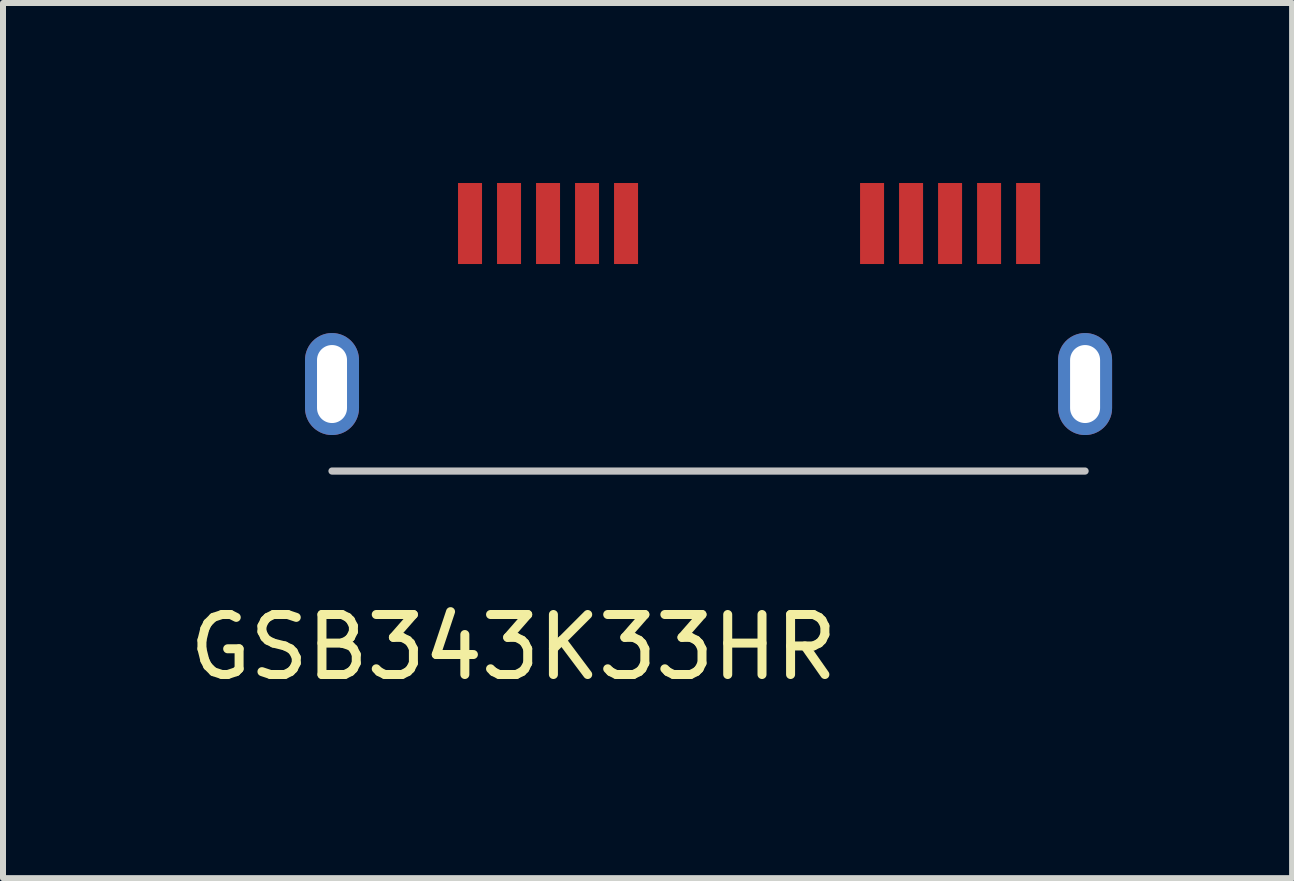
<source format=kicad_pcb>
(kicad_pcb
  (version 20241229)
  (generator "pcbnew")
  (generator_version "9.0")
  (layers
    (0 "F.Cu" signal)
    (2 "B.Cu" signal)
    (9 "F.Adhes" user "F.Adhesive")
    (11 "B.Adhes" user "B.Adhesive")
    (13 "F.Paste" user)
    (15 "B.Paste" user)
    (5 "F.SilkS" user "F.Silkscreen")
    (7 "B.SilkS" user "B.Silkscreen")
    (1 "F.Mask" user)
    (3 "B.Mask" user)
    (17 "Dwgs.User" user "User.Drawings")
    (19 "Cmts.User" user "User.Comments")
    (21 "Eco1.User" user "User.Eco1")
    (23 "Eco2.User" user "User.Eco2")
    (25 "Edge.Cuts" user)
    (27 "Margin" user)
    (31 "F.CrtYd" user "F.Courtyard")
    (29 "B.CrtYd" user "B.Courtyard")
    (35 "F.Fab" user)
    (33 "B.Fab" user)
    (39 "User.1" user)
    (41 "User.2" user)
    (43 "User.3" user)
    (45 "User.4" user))
  (footprint "GSB343K33HR"
    (layer "F.Cu")
    (at 2.483 3.35)
    (property "Reference" "GSB343K33HR" (at 3.023 4.386 0) (layer "F.SilkS") (effects (font (size 1 1) (thickness 0.15))))
    (attr through_hole)
    (fp_line (start 0 1.45) (end 12.55 1.45) (stroke (width 0.12) (type solid)) (layer "Dwgs.User"))
    (pad "1" smd rect (at 2.3 -2.675) (size 0.4 1.35) (layers "F.Cu" "F.Mask" "F.Paste"))
    (pad "2" smd rect (at 2.95 -2.675) (size 0.4 1.35) (layers "F.Cu" "F.Mask" "F.Paste"))
    (pad "3" smd rect (at 3.6 -2.675) (size 0.4 1.35) (layers "F.Cu" "F.Mask" "F.Paste"))
    (pad "4" smd rect (at 4.25 -2.675) (size 0.4 1.35) (layers "F.Cu" "F.Mask" "F.Paste"))
    (pad "5" smd rect (at 4.9 -2.675) (size 0.4 1.35) (layers "F.Cu" "F.Mask" "F.Paste"))
    (pad "6" smd rect (at 9 -2.675) (size 0.4 1.35) (layers "F.Cu" "F.Mask" "F.Paste"))
    (pad "7" smd rect (at 9.65 -2.675) (size 0.4 1.35) (layers "F.Cu" "F.Mask" "F.Paste"))
    (pad "8" smd rect (at 10.3 -2.675) (size 0.4 1.35) (layers "F.Cu" "F.Mask" "F.Paste"))
    (pad "9" smd rect (at 10.95 -2.675) (size 0.4 1.35) (layers "F.Cu" "F.Mask" "F.Paste"))
    (pad "10" smd rect (at 11.6 -2.675) (size 0.4 1.35) (layers "F.Cu" "F.Mask" "F.Paste"))
    (pad "11" thru_hole oval (at 0 0) (size 0.9 1.7) (drill oval 0.5 1.3) (layers "*.Cu" "*.Mask"))
    (pad "11" thru_hole oval (at 12.55 0) (size 0.9 1.7) (drill oval 0.5 1.3) (layers "*.Cu" "*.Mask")))
  (gr_rect
    (start -3 -3)
    (end 18.483 11.584)
    (stroke (width 0.1) (type default))
    (fill no)
    (layer "Edge.Cuts")))
</source>
